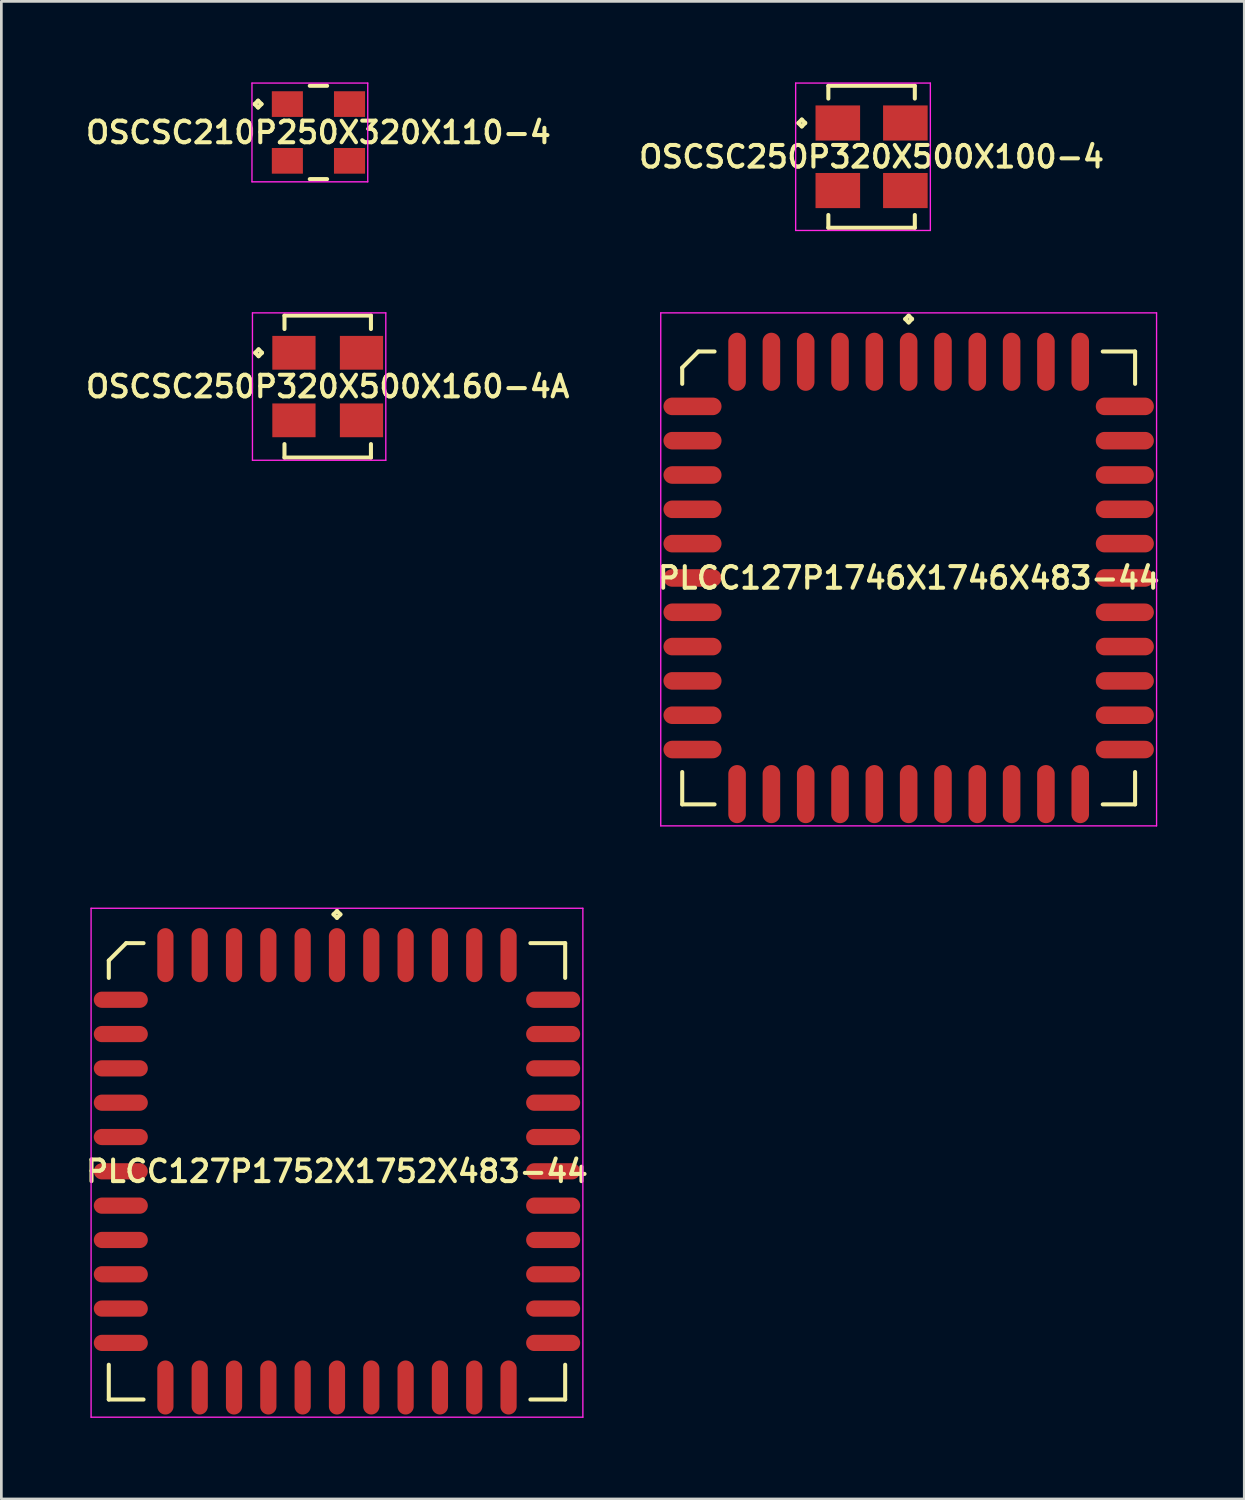
<source format=kicad_pcb>
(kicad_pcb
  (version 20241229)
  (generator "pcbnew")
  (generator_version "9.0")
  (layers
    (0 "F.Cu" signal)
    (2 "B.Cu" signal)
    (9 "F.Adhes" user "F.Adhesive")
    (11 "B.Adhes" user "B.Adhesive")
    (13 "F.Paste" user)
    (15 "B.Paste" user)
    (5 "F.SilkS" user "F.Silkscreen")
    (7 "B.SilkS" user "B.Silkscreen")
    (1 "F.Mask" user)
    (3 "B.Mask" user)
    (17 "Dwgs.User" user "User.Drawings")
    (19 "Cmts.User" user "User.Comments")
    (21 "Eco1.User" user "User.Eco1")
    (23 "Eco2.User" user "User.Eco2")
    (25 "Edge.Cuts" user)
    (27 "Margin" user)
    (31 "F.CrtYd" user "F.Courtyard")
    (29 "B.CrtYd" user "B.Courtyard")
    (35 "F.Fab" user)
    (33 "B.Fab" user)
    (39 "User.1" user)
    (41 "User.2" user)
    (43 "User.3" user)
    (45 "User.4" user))
  (footprint "OSCSC250P320X500X100-4"
    (layer "F.Cu")
    (at 29.206 2.752)
    (property "Reference" "OSCSC250P320X500X100-4" (at 0 0 0) (layer "F.SilkS") (effects (font (size 0.8 0.8) (thickness 0.15))))
    (attr smd)
    (fp_line (start -2.71 -1.25) (end -2.583 -1.377) (stroke (width 0.15) (type solid)) (layer "F.SilkS"))
    (fp_line (start -2.583 -1.377) (end -2.456 -1.25) (stroke (width 0.15) (type solid)) (layer "F.SilkS"))
    (fp_line (start -2.583 -1.123) (end -2.71 -1.25) (stroke (width 0.15) (type solid)) (layer "F.SilkS"))
    (fp_line (start -2.456 -1.25) (end -2.583 -1.123) (stroke (width 0.15) (type solid)) (layer "F.SilkS"))
    (fp_line (start -1.6 -2.627) (end 1.6 -2.627) (stroke (width 0.15) (type solid)) (layer "F.SilkS"))
    (fp_line (start -1.6 -2.154) (end -1.6 -2.627) (stroke (width 0.15) (type solid)) (layer "F.SilkS"))
    (fp_line (start -1.6 2.154) (end -1.6 2.627) (stroke (width 0.15) (type solid)) (layer "F.SilkS"))
    (fp_line (start -1.6 2.627) (end 1.6 2.627) (stroke (width 0.15) (type solid)) (layer "F.SilkS"))
    (fp_line (start 1.6 -2.627) (end 1.6 -2.154) (stroke (width 0.15) (type solid)) (layer "F.SilkS"))
    (fp_line (start 1.6 2.627) (end 1.6 2.154) (stroke (width 0.15) (type solid)) (layer "F.SilkS"))
    (fp_line (start -2.81 -2.727) (end 2.175 -2.727) (stroke (width 0.05) (type solid)) (layer "F.CrtYd"))
    (fp_line (start -2.81 2.727) (end -2.81 -2.727) (stroke (width 0.05) (type solid)) (layer "F.CrtYd"))
    (fp_line (start 2.175 -2.727) (end 2.175 2.727) (stroke (width 0.05) (type solid)) (layer "F.CrtYd"))
    (fp_line (start 2.175 2.727) (end -2.81 2.727) (stroke (width 0.05) (type solid)) (layer "F.CrtYd"))
    (pad "1" smd rect (at -1.25 -1.25) (size 1.65 1.3) (layers "F.Cu" "F.Mask" "F.Paste"))
    (pad "2" smd rect (at -1.25 1.25) (size 1.65 1.3) (layers "F.Cu" "F.Mask" "F.Paste"))
    (pad "3" smd rect (at 1.25 1.25) (size 1.65 1.3) (layers "F.Cu" "F.Mask" "F.Paste"))
    (pad "4" smd rect (at 1.25 -1.25) (size 1.65 1.3) (layers "F.Cu" "F.Mask" "F.Paste")))
  (footprint "OSCSC210P250X320X110-4"
    (layer "F.Cu")
    (at 8.735 1.852)
    (property "Reference" "OSCSC210P250X320X110-4" (at 0 0 0) (layer "F.SilkS") (effects (font (size 0.8 0.8) (thickness 0.15))))
    (attr smd)
    (fp_line (start -2.36 -1.05) (end -2.233 -1.177) (stroke (width 0.15) (type solid)) (layer "F.SilkS"))
    (fp_line (start -2.233 -1.177) (end -2.106 -1.05) (stroke (width 0.15) (type solid)) (layer "F.SilkS"))
    (fp_line (start -2.233 -0.923) (end -2.36 -1.05) (stroke (width 0.15) (type solid)) (layer "F.SilkS"))
    (fp_line (start -2.106 -1.05) (end -2.233 -0.923) (stroke (width 0.15) (type solid)) (layer "F.SilkS"))
    (fp_line (start -0.321 -1.727) (end 0.321 -1.727) (stroke (width 0.15) (type solid)) (layer "F.SilkS"))
    (fp_line (start -0.321 1.727) (end 0.321 1.727) (stroke (width 0.15) (type solid)) (layer "F.SilkS"))
    (fp_line (start -2.46 -1.827) (end 1.825 -1.827) (stroke (width 0.05) (type solid)) (layer "F.CrtYd"))
    (fp_line (start -2.46 1.827) (end -2.46 -1.827) (stroke (width 0.05) (type solid)) (layer "F.CrtYd"))
    (fp_line (start 1.825 -1.827) (end 1.825 1.827) (stroke (width 0.05) (type solid)) (layer "F.CrtYd"))
    (fp_line (start 1.825 1.827) (end -2.46 1.827) (stroke (width 0.05) (type solid)) (layer "F.CrtYd"))
    (pad "1" smd rect (at -1.15 -1.05) (size 1.15 0.95) (layers "F.Cu" "F.Mask" "F.Paste"))
    (pad "2" smd rect (at -1.15 1.05) (size 1.15 0.95) (layers "F.Cu" "F.Mask" "F.Paste"))
    (pad "3" smd rect (at 1.15 1.05) (size 1.15 0.95) (layers "F.Cu" "F.Mask" "F.Paste"))
    (pad "4" smd rect (at 1.15 -1.05) (size 1.15 0.95) (layers "F.Cu" "F.Mask" "F.Paste")))
  (footprint "PLCC127P1746X1746X483-44"
    (layer "F.Cu")
    (at 30.578 18.339)
    (property "Reference" "PLCC127P1746X1746X483-44" (at 0 0 0) (layer "F.SilkS") (effects (font (size 0.8 0.8) (thickness 0.15))))
    (attr smd)
    (fp_line (start -8.38 -7.782) (end -7.782 -8.38) (stroke (width 0.15) (type solid)) (layer "F.SilkS"))
    (fp_line (start -8.38 -7.183) (end -8.38 -7.782) (stroke (width 0.15) (type solid)) (layer "F.SilkS"))
    (fp_line (start -8.38 7.183) (end -8.38 8.38) (stroke (width 0.15) (type solid)) (layer "F.SilkS"))
    (fp_line (start -8.38 8.38) (end -7.183 8.38) (stroke (width 0.15) (type solid)) (layer "F.SilkS"))
    (fp_line (start -7.782 -8.38) (end -7.183 -8.38) (stroke (width 0.15) (type solid)) (layer "F.SilkS"))
    (fp_line (start -0.127 -9.583) (end 0 -9.71) (stroke (width 0.15) (type solid)) (layer "F.SilkS"))
    (fp_line (start 0 -9.71) (end 0.127 -9.583) (stroke (width 0.15) (type solid)) (layer "F.SilkS"))
    (fp_line (start 0 -9.456) (end -0.127 -9.583) (stroke (width 0.15) (type solid)) (layer "F.SilkS"))
    (fp_line (start 0.127 -9.583) (end 0 -9.456) (stroke (width 0.15) (type solid)) (layer "F.SilkS"))
    (fp_line (start 8.38 -8.38) (end 7.183 -8.38) (stroke (width 0.15) (type solid)) (layer "F.SilkS"))
    (fp_line (start 8.38 -7.183) (end 8.38 -8.38) (stroke (width 0.15) (type solid)) (layer "F.SilkS"))
    (fp_line (start 8.38 7.183) (end 8.38 8.38) (stroke (width 0.15) (type solid)) (layer "F.SilkS"))
    (fp_line (start 8.38 8.38) (end 7.183 8.38) (stroke (width 0.15) (type solid)) (layer "F.SilkS"))
    (fp_line (start -9.175 -9.81) (end 9.175 -9.81) (stroke (width 0.05) (type solid)) (layer "F.CrtYd"))
    (fp_line (start -9.175 9.175) (end -9.175 -9.81) (stroke (width 0.05) (type solid)) (layer "F.CrtYd"))
    (fp_line (start 9.175 -9.81) (end 9.175 9.175) (stroke (width 0.05) (type solid)) (layer "F.CrtYd"))
    (fp_line (start 9.175 9.175) (end -9.175 9.175) (stroke (width 0.05) (type solid)) (layer "F.CrtYd"))
    (pad "1" smd oval (at 0 -8) (size 0.65 2.15) (layers "F.Cu" "F.Mask" "F.Paste"))
    (pad "2" smd oval (at -1.27 -8) (size 0.65 2.15) (layers "F.Cu" "F.Mask" "F.Paste"))
    (pad "3" smd oval (at -2.54 -8) (size 0.65 2.15) (layers "F.Cu" "F.Mask" "F.Paste"))
    (pad "4" smd oval (at -3.81 -8) (size 0.65 2.15) (layers "F.Cu" "F.Mask" "F.Paste"))
    (pad "5" smd oval (at -5.08 -8) (size 0.65 2.15) (layers "F.Cu" "F.Mask" "F.Paste"))
    (pad "6" smd oval (at -6.35 -8) (size 0.65 2.15) (layers "F.Cu" "F.Mask" "F.Paste"))
    (pad "7" smd oval (at -8 -6.35) (size 2.15 0.65) (layers "F.Cu" "F.Mask" "F.Paste"))
    (pad "8" smd oval (at -8 -5.08) (size 2.15 0.65) (layers "F.Cu" "F.Mask" "F.Paste"))
    (pad "9" smd oval (at -8 -3.81) (size 2.15 0.65) (layers "F.Cu" "F.Mask" "F.Paste"))
    (pad "10" smd oval (at -8 -2.54) (size 2.15 0.65) (layers "F.Cu" "F.Mask" "F.Paste"))
    (pad "11" smd oval (at -8 -1.27) (size 2.15 0.65) (layers "F.Cu" "F.Mask" "F.Paste"))
    (pad "12" smd oval (at -8 0) (size 2.15 0.65) (layers "F.Cu" "F.Mask" "F.Paste"))
    (pad "13" smd oval (at -8 1.27) (size 2.15 0.65) (layers "F.Cu" "F.Mask" "F.Paste"))
    (pad "14" smd oval (at -8 2.54) (size 2.15 0.65) (layers "F.Cu" "F.Mask" "F.Paste"))
    (pad "15" smd oval (at -8 3.81) (size 2.15 0.65) (layers "F.Cu" "F.Mask" "F.Paste"))
    (pad "16" smd oval (at -8 5.08) (size 2.15 0.65) (layers "F.Cu" "F.Mask" "F.Paste"))
    (pad "17" smd oval (at -8 6.35) (size 2.15 0.65) (layers "F.Cu" "F.Mask" "F.Paste"))
    (pad "18" smd oval (at -6.35 8) (size 0.65 2.15) (layers "F.Cu" "F.Mask" "F.Paste"))
    (pad "19" smd oval (at -5.08 8) (size 0.65 2.15) (layers "F.Cu" "F.Mask" "F.Paste"))
    (pad "20" smd oval (at -3.81 8) (size 0.65 2.15) (layers "F.Cu" "F.Mask" "F.Paste"))
    (pad "21" smd oval (at -2.54 8) (size 0.65 2.15) (layers "F.Cu" "F.Mask" "F.Paste"))
    (pad "22" smd oval (at -1.27 8) (size 0.65 2.15) (layers "F.Cu" "F.Mask" "F.Paste"))
    (pad "23" smd oval (at 0 8) (size 0.65 2.15) (layers "F.Cu" "F.Mask" "F.Paste"))
    (pad "24" smd oval (at 1.27 8) (size 0.65 2.15) (layers "F.Cu" "F.Mask" "F.Paste"))
    (pad "25" smd oval (at 2.54 8) (size 0.65 2.15) (layers "F.Cu" "F.Mask" "F.Paste"))
    (pad "26" smd oval (at 3.81 8) (size 0.65 2.15) (layers "F.Cu" "F.Mask" "F.Paste"))
    (pad "27" smd oval (at 5.08 8) (size 0.65 2.15) (layers "F.Cu" "F.Mask" "F.Paste"))
    (pad "28" smd oval (at 6.35 8) (size 0.65 2.15) (layers "F.Cu" "F.Mask" "F.Paste"))
    (pad "29" smd oval (at 8 6.35) (size 2.15 0.65) (layers "F.Cu" "F.Mask" "F.Paste"))
    (pad "30" smd oval (at 8 5.08) (size 2.15 0.65) (layers "F.Cu" "F.Mask" "F.Paste"))
    (pad "31" smd oval (at 8 3.81) (size 2.15 0.65) (layers "F.Cu" "F.Mask" "F.Paste"))
    (pad "32" smd oval (at 8 2.54) (size 2.15 0.65) (layers "F.Cu" "F.Mask" "F.Paste"))
    (pad "33" smd oval (at 8 1.27) (size 2.15 0.65) (layers "F.Cu" "F.Mask" "F.Paste"))
    (pad "34" smd oval (at 8 0) (size 2.15 0.65) (layers "F.Cu" "F.Mask" "F.Paste"))
    (pad "35" smd oval (at 8 -1.27) (size 2.15 0.65) (layers "F.Cu" "F.Mask" "F.Paste"))
    (pad "36" smd oval (at 8 -2.54) (size 2.15 0.65) (layers "F.Cu" "F.Mask" "F.Paste"))
    (pad "37" smd oval (at 8 -3.81) (size 2.15 0.65) (layers "F.Cu" "F.Mask" "F.Paste"))
    (pad "38" smd oval (at 8 -5.08) (size 2.15 0.65) (layers "F.Cu" "F.Mask" "F.Paste"))
    (pad "39" smd oval (at 8 -6.35) (size 2.15 0.65) (layers "F.Cu" "F.Mask" "F.Paste"))
    (pad "40" smd oval (at 6.35 -8) (size 0.65 2.15) (layers "F.Cu" "F.Mask" "F.Paste"))
    (pad "41" smd oval (at 5.08 -8) (size 0.65 2.15) (layers "F.Cu" "F.Mask" "F.Paste"))
    (pad "42" smd oval (at 3.81 -8) (size 0.65 2.15) (layers "F.Cu" "F.Mask" "F.Paste"))
    (pad "43" smd oval (at 2.54 -8) (size 0.65 2.15) (layers "F.Cu" "F.Mask" "F.Paste"))
    (pad "44" smd oval (at 1.27 -8) (size 0.65 2.15) (layers "F.Cu" "F.Mask" "F.Paste")))
  (footprint "OSCSC250P320X500X160-4A"
    (layer "F.Cu")
    (at 9.078 11.256)
    (property "Reference" "OSCSC250P320X500X160-4A" (at 0 0 0) (layer "F.SilkS") (effects (font (size 0.8 0.8) (thickness 0.15))))
    (attr smd)
    (fp_line (start -2.685 -1.25) (end -2.558 -1.377) (stroke (width 0.15) (type solid)) (layer "F.SilkS"))
    (fp_line (start -2.558 -1.377) (end -2.431 -1.25) (stroke (width 0.15) (type solid)) (layer "F.SilkS"))
    (fp_line (start -2.558 -1.123) (end -2.685 -1.25) (stroke (width 0.15) (type solid)) (layer "F.SilkS"))
    (fp_line (start -2.431 -1.25) (end -2.558 -1.123) (stroke (width 0.15) (type solid)) (layer "F.SilkS"))
    (fp_line (start -1.6 -2.627) (end 1.6 -2.627) (stroke (width 0.15) (type solid)) (layer "F.SilkS"))
    (fp_line (start -1.6 -2.129) (end -1.6 -2.627) (stroke (width 0.15) (type solid)) (layer "F.SilkS"))
    (fp_line (start -1.6 2.129) (end -1.6 2.627) (stroke (width 0.15) (type solid)) (layer "F.SilkS"))
    (fp_line (start -1.6 2.627) (end 1.6 2.627) (stroke (width 0.15) (type solid)) (layer "F.SilkS"))
    (fp_line (start 1.6 -2.627) (end 1.6 -2.129) (stroke (width 0.15) (type solid)) (layer "F.SilkS"))
    (fp_line (start 1.6 2.627) (end 1.6 2.129) (stroke (width 0.15) (type solid)) (layer "F.SilkS"))
    (fp_line (start -2.785 -2.727) (end 2.15 -2.727) (stroke (width 0.05) (type solid)) (layer "F.CrtYd"))
    (fp_line (start -2.785 2.727) (end -2.785 -2.727) (stroke (width 0.05) (type solid)) (layer "F.CrtYd"))
    (fp_line (start 2.15 -2.727) (end 2.15 2.727) (stroke (width 0.05) (type solid)) (layer "F.CrtYd"))
    (fp_line (start 2.15 2.727) (end -2.785 2.727) (stroke (width 0.05) (type solid)) (layer "F.CrtYd"))
    (pad "1" smd rect (at -1.25 -1.25) (size 1.6 1.25) (layers "F.Cu" "F.Mask" "F.Paste"))
    (pad "2" smd rect (at -1.25 1.25) (size 1.6 1.25) (layers "F.Cu" "F.Mask" "F.Paste"))
    (pad "3" smd rect (at 1.25 1.25) (size 1.6 1.25) (layers "F.Cu" "F.Mask" "F.Paste"))
    (pad "4" smd rect (at 1.25 -1.25) (size 1.6 1.25) (layers "F.Cu" "F.Mask" "F.Paste")))
  (footprint "PLCC127P1752X1752X483-44"
    (layer "F.Cu")
    (at 9.421 40.299)
    (property "Reference" "PLCC127P1752X1752X483-44" (at 0 0 0) (layer "F.SilkS") (effects (font (size 0.8 0.8) (thickness 0.15))))
    (attr smd)
    (fp_line (start -8.445 -7.801) (end -7.801 -8.445) (stroke (width 0.15) (type solid)) (layer "F.SilkS"))
    (fp_line (start -8.445 -7.158) (end -8.445 -7.801) (stroke (width 0.15) (type solid)) (layer "F.SilkS"))
    (fp_line (start -8.445 7.158) (end -8.445 8.445) (stroke (width 0.15) (type solid)) (layer "F.SilkS"))
    (fp_line (start -8.445 8.445) (end -7.158 8.445) (stroke (width 0.15) (type solid)) (layer "F.SilkS"))
    (fp_line (start -7.801 -8.445) (end -7.158 -8.445) (stroke (width 0.15) (type solid)) (layer "F.SilkS"))
    (fp_line (start -0.127 -9.508) (end 0 -9.635) (stroke (width 0.15) (type solid)) (layer "F.SilkS"))
    (fp_line (start 0 -9.635) (end 0.127 -9.508) (stroke (width 0.15) (type solid)) (layer "F.SilkS"))
    (fp_line (start 0 -9.381) (end -0.127 -9.508) (stroke (width 0.15) (type solid)) (layer "F.SilkS"))
    (fp_line (start 0.127 -9.508) (end 0 -9.381) (stroke (width 0.15) (type solid)) (layer "F.SilkS"))
    (fp_line (start 8.445 -8.445) (end 7.158 -8.445) (stroke (width 0.15) (type solid)) (layer "F.SilkS"))
    (fp_line (start 8.445 -7.158) (end 8.445 -8.445) (stroke (width 0.15) (type solid)) (layer "F.SilkS"))
    (fp_line (start 8.445 7.158) (end 8.445 8.445) (stroke (width 0.15) (type solid)) (layer "F.SilkS"))
    (fp_line (start 8.445 8.445) (end 7.158 8.445) (stroke (width 0.15) (type solid)) (layer "F.SilkS"))
    (fp_line (start -9.1 -9.735) (end 9.1 -9.735) (stroke (width 0.05) (type solid)) (layer "F.CrtYd"))
    (fp_line (start -9.1 9.1) (end -9.1 -9.735) (stroke (width 0.05) (type solid)) (layer "F.CrtYd"))
    (fp_line (start 9.1 -9.735) (end 9.1 9.1) (stroke (width 0.05) (type solid)) (layer "F.CrtYd"))
    (fp_line (start 9.1 9.1) (end -9.1 9.1) (stroke (width 0.05) (type solid)) (layer "F.CrtYd"))
    (pad "1" smd oval (at 0 -8) (size 0.6 2) (layers "F.Cu" "F.Mask" "F.Paste"))
    (pad "2" smd oval (at -1.27 -8) (size 0.6 2) (layers "F.Cu" "F.Mask" "F.Paste"))
    (pad "3" smd oval (at -2.54 -8) (size 0.6 2) (layers "F.Cu" "F.Mask" "F.Paste"))
    (pad "4" smd oval (at -3.81 -8) (size 0.6 2) (layers "F.Cu" "F.Mask" "F.Paste"))
    (pad "5" smd oval (at -5.08 -8) (size 0.6 2) (layers "F.Cu" "F.Mask" "F.Paste"))
    (pad "6" smd oval (at -6.35 -8) (size 0.6 2) (layers "F.Cu" "F.Mask" "F.Paste"))
    (pad "7" smd oval (at -8 -6.35) (size 2 0.6) (layers "F.Cu" "F.Mask" "F.Paste"))
    (pad "8" smd oval (at -8 -5.08) (size 2 0.6) (layers "F.Cu" "F.Mask" "F.Paste"))
    (pad "9" smd oval (at -8 -3.81) (size 2 0.6) (layers "F.Cu" "F.Mask" "F.Paste"))
    (pad "10" smd oval (at -8 -2.54) (size 2 0.6) (layers "F.Cu" "F.Mask" "F.Paste"))
    (pad "11" smd oval (at -8 -1.27) (size 2 0.6) (layers "F.Cu" "F.Mask" "F.Paste"))
    (pad "12" smd oval (at -8 0) (size 2 0.6) (layers "F.Cu" "F.Mask" "F.Paste"))
    (pad "13" smd oval (at -8 1.27) (size 2 0.6) (layers "F.Cu" "F.Mask" "F.Paste"))
    (pad "14" smd oval (at -8 2.54) (size 2 0.6) (layers "F.Cu" "F.Mask" "F.Paste"))
    (pad "15" smd oval (at -8 3.81) (size 2 0.6) (layers "F.Cu" "F.Mask" "F.Paste"))
    (pad "16" smd oval (at -8 5.08) (size 2 0.6) (layers "F.Cu" "F.Mask" "F.Paste"))
    (pad "17" smd oval (at -8 6.35) (size 2 0.6) (layers "F.Cu" "F.Mask" "F.Paste"))
    (pad "18" smd oval (at -6.35 8) (size 0.6 2) (layers "F.Cu" "F.Mask" "F.Paste"))
    (pad "19" smd oval (at -5.08 8) (size 0.6 2) (layers "F.Cu" "F.Mask" "F.Paste"))
    (pad "20" smd oval (at -3.81 8) (size 0.6 2) (layers "F.Cu" "F.Mask" "F.Paste"))
    (pad "21" smd oval (at -2.54 8) (size 0.6 2) (layers "F.Cu" "F.Mask" "F.Paste"))
    (pad "22" smd oval (at -1.27 8) (size 0.6 2) (layers "F.Cu" "F.Mask" "F.Paste"))
    (pad "23" smd oval (at 0 8) (size 0.6 2) (layers "F.Cu" "F.Mask" "F.Paste"))
    (pad "24" smd oval (at 1.27 8) (size 0.6 2) (layers "F.Cu" "F.Mask" "F.Paste"))
    (pad "25" smd oval (at 2.54 8) (size 0.6 2) (layers "F.Cu" "F.Mask" "F.Paste"))
    (pad "26" smd oval (at 3.81 8) (size 0.6 2) (layers "F.Cu" "F.Mask" "F.Paste"))
    (pad "27" smd oval (at 5.08 8) (size 0.6 2) (layers "F.Cu" "F.Mask" "F.Paste"))
    (pad "28" smd oval (at 6.35 8) (size 0.6 2) (layers "F.Cu" "F.Mask" "F.Paste"))
    (pad "29" smd oval (at 8 6.35) (size 2 0.6) (layers "F.Cu" "F.Mask" "F.Paste"))
    (pad "30" smd oval (at 8 5.08) (size 2 0.6) (layers "F.Cu" "F.Mask" "F.Paste"))
    (pad "31" smd oval (at 8 3.81) (size 2 0.6) (layers "F.Cu" "F.Mask" "F.Paste"))
    (pad "32" smd oval (at 8 2.54) (size 2 0.6) (layers "F.Cu" "F.Mask" "F.Paste"))
    (pad "33" smd oval (at 8 1.27) (size 2 0.6) (layers "F.Cu" "F.Mask" "F.Paste"))
    (pad "34" smd oval (at 8 0) (size 2 0.6) (layers "F.Cu" "F.Mask" "F.Paste"))
    (pad "35" smd oval (at 8 -1.27) (size 2 0.6) (layers "F.Cu" "F.Mask" "F.Paste"))
    (pad "36" smd oval (at 8 -2.54) (size 2 0.6) (layers "F.Cu" "F.Mask" "F.Paste"))
    (pad "37" smd oval (at 8 -3.81) (size 2 0.6) (layers "F.Cu" "F.Mask" "F.Paste"))
    (pad "38" smd oval (at 8 -5.08) (size 2 0.6) (layers "F.Cu" "F.Mask" "F.Paste"))
    (pad "39" smd oval (at 8 -6.35) (size 2 0.6) (layers "F.Cu" "F.Mask" "F.Paste"))
    (pad "40" smd oval (at 6.35 -8) (size 0.6 2) (layers "F.Cu" "F.Mask" "F.Paste"))
    (pad "41" smd oval (at 5.08 -8) (size 0.6 2) (layers "F.Cu" "F.Mask" "F.Paste"))
    (pad "42" smd oval (at 3.81 -8) (size 0.6 2) (layers "F.Cu" "F.Mask" "F.Paste"))
    (pad "43" smd oval (at 2.54 -8) (size 0.6 2) (layers "F.Cu" "F.Mask" "F.Paste"))
    (pad "44" smd oval (at 1.27 -8) (size 0.6 2) (layers "F.Cu" "F.Mask" "F.Paste")))
  (gr_rect
    (start -3 -3)
    (end 42.999 52.424)
    (stroke (width 0.1) (type default))
    (fill no)
    (layer "Edge.Cuts")))
</source>
